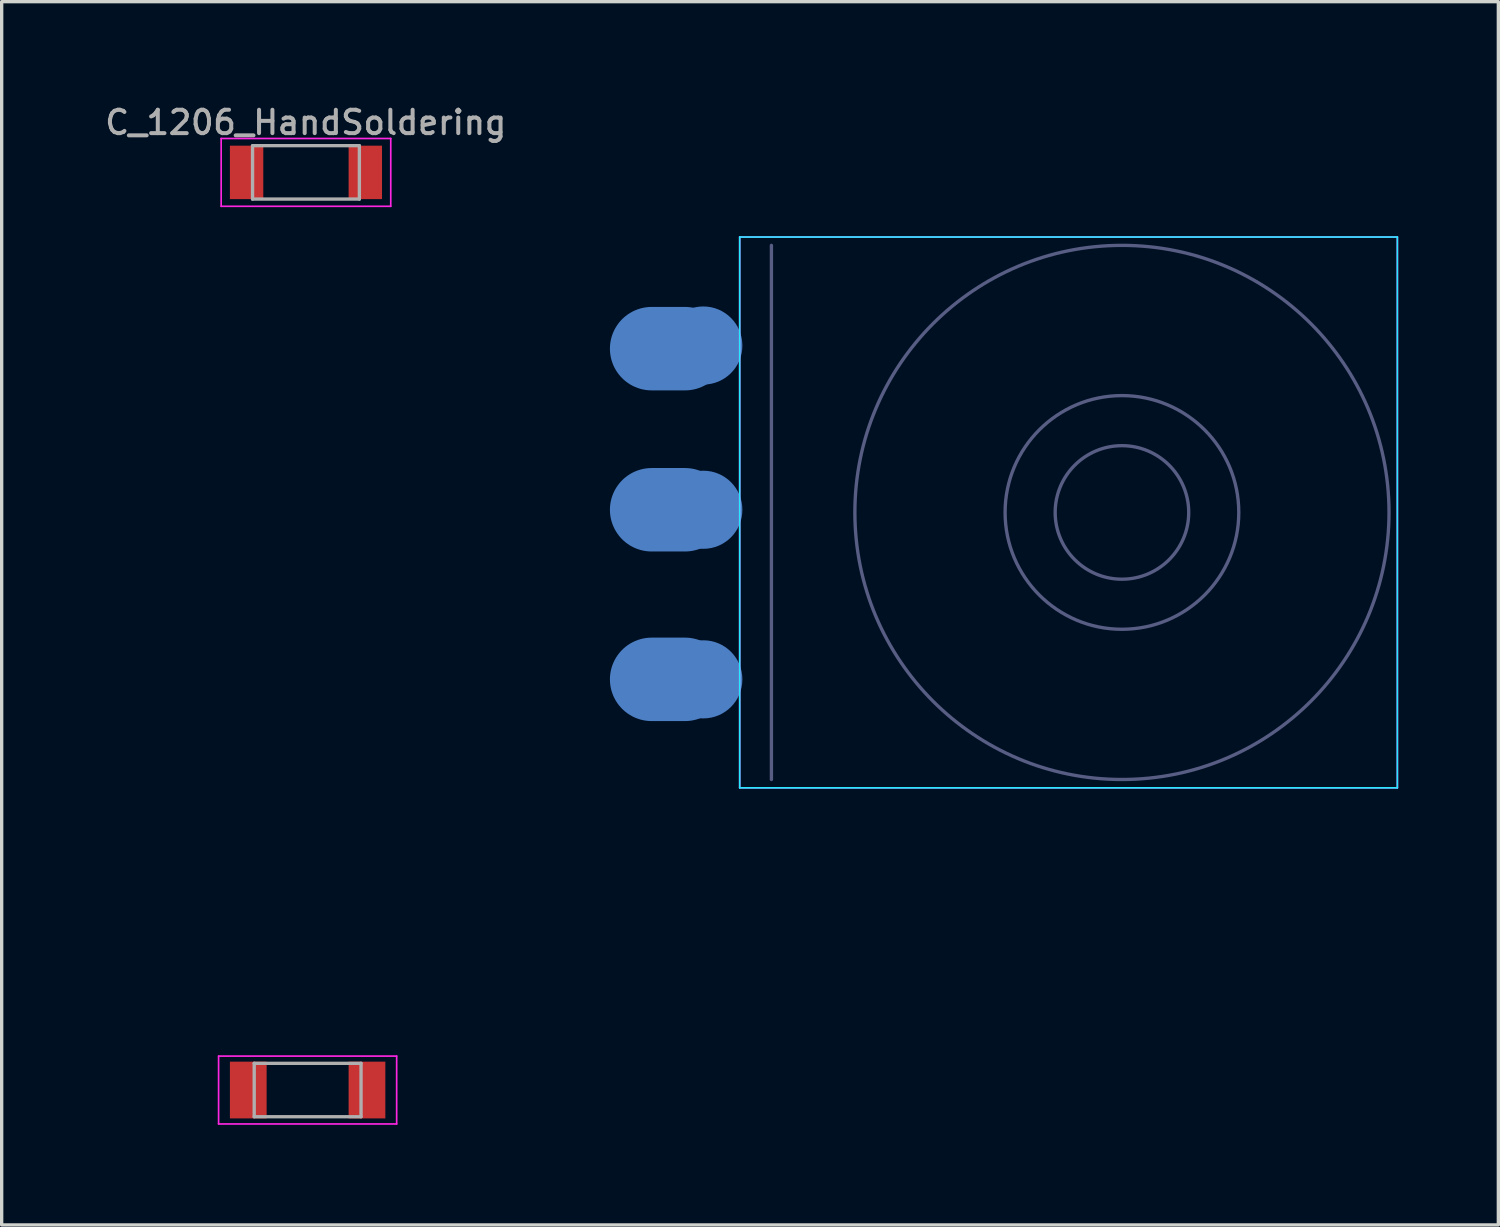
<source format=kicad_pcb>
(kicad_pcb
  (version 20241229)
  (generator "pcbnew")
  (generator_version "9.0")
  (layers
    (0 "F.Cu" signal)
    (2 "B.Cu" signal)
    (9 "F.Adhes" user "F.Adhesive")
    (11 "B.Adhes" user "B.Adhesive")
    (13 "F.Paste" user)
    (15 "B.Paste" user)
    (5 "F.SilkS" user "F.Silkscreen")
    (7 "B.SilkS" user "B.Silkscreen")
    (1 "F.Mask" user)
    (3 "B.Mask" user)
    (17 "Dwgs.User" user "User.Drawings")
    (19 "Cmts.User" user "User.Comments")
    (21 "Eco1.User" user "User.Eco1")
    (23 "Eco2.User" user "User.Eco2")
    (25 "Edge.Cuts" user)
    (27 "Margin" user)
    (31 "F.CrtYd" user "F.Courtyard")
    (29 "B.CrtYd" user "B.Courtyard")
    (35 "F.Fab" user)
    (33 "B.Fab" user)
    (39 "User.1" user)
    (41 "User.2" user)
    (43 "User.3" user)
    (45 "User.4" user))
  (footprint "Potentiometer_backPads_noHole"
    (layer "F.Cu")
    (at 20.558 17.3)
    (property "Reference" "Potentiometer_backPads_noHole" (at 15.24 -5.08 90) (layer "Eco2.User") (effects (font (size 1 1) (thickness 0.15))))
    (attr through_hole)
    (fp_line (start -1.45 -13.25) (end -1.45 3.25) (stroke (width 0.05) (type solid)) (layer "B.CrtYd"))
    (fp_line (start -1.45 3.25) (end 18.25 3.25) (stroke (width 0.05) (type solid)) (layer "B.CrtYd"))
    (fp_line (start 18.25 -13.25) (end -1.45 -13.25) (stroke (width 0.05) (type solid)) (layer "B.CrtYd"))
    (fp_line (start 18.25 3.25) (end 18.25 -13.25) (stroke (width 0.05) (type solid)) (layer "B.CrtYd"))
    (fp_line (start -1.45 -13.25) (end -1.45 3.25) (stroke (width 0.05) (type solid)) (layer "F.CrtYd"))
    (fp_line (start -1.45 3.25) (end 18.25 3.25) (stroke (width 0.05) (type solid)) (layer "F.CrtYd"))
    (fp_line (start 18.25 -13.25) (end -1.45 -13.25) (stroke (width 0.05) (type solid)) (layer "F.CrtYd"))
    (fp_line (start 18.25 3.25) (end 18.25 -13.25) (stroke (width 0.05) (type solid)) (layer "F.CrtYd"))
    (fp_line (start -0.5 -13) (end -0.5 3) (stroke (width 0.1) (type solid)) (layer "B.Fab"))
    (fp_circle (center 10 -5) (end 12 -5) (stroke (width 0.1) (type solid)) (fill no) (layer "B.Fab"))
    (fp_circle (center 10 -5) (end 13.5 -5) (stroke (width 0.1) (type solid)) (fill no) (layer "B.Fab"))
    (fp_circle (center 10 -5) (end 18 -5) (stroke (width 0.1) (type solid)) (fill no) (layer "B.Fab"))
    (pad "" smd oval (at -3.588 -9.906) (size 3.5 2.5) (layers "B.Cu" "B.Mask" "B.Paste"))
    (pad "" smd oval (at -3.588 -5.08) (size 3.5 2.5) (layers "B.Cu" "B.Mask" "B.Paste"))
    (pad "" smd oval (at -3.588 0) (size 3.5 2.5) (layers "B.Cu" "B.Mask" "B.Paste"))
    (pad "1" smd circle (at -2.54 0) (size 2.34 2.34) (layers "B.Cu" "B.Mask" "B.Paste"))
    (pad "2" smd circle (at -2.54 -5.08) (size 2.34 2.34) (layers "B.Cu" "B.Mask" "B.Paste"))
    (pad "3" smd circle (at -2.54 -10) (size 2.34 2.34) (layers "B.Cu" "B.Mask" "B.Paste")))
  (footprint "C_1206_HandSoldering"
    (layer "F.Cu")
    (at 6.115 2.114)
    (property "Reference" "C_1206_HandSoldering" (at -0.005 -1.488 0) (layer "Eco2.User") (effects (font (size 0.7 0.7) (thickness 0.1))))
    (attr smd)
    (fp_line (start -2.54 -1.016) (end -2.54 1.016) (stroke (width 0.05) (type solid)) (layer "F.CrtYd"))
    (fp_line (start -2.54 -1.016) (end 2.54 -1.016) (stroke (width 0.05) (type solid)) (layer "F.CrtYd"))
    (fp_line (start 2.54 1.016) (end -2.54 1.016) (stroke (width 0.05) (type solid)) (layer "F.CrtYd"))
    (fp_line (start 2.54 1.016) (end 2.54 -1.016) (stroke (width 0.05) (type solid)) (layer "F.CrtYd"))
    (fp_line (start -1.6 -0.8) (end 1.6 -0.8) (stroke (width 0.1) (type solid)) (layer "F.Fab"))
    (fp_line (start -1.6 0.8) (end -1.6 -0.8) (stroke (width 0.1) (type solid)) (layer "F.Fab"))
    (fp_line (start 1.6 -0.8) (end 1.6 0.8) (stroke (width 0.1) (type solid)) (layer "F.Fab"))
    (fp_line (start 1.6 0.8) (end -1.6 0.8) (stroke (width 0.1) (type solid)) (layer "F.Fab"))
    (fp_text user "${REFERENCE}" (at -0.005 -1.494 0) (layer "F.Fab") (effects (font (size 0.7 0.7) (thickness 0.12))))
    (pad "1" smd rect (at -1.778 0) (size 1 1.6) (layers "F.Cu" "F.Mask" "F.Paste"))
    (pad "2" smd rect (at 1.778 0) (size 1 1.6) (layers "F.Cu" "F.Mask" "F.Paste")))
  (footprint "R_1206_HandSoldering"
    (layer "F.Cu")
    (at 6.165 29.602)
    (property "Reference" "R_1206_HandSoldering" (at -0.01 -1.488 0) (layer "Eco2.User") (effects (font (size 0.7 0.7) (thickness 0.15))))
    (attr smd)
    (fp_line (start -1.025 -0.665) (end 0.975 -0.665) (stroke (width 0.12) (type solid)) (layer "Eco2.User"))
    (fp_line (start 0.986 0.671) (end -1.014 0.671) (stroke (width 0.12) (type solid)) (layer "Eco2.User"))
    (fp_line (start -2.667 -1.016) (end -2.667 1.016) (stroke (width 0.05) (type solid)) (layer "F.CrtYd"))
    (fp_line (start -2.667 -1.016) (end 2.667 -1.016) (stroke (width 0.05) (type solid)) (layer "F.CrtYd"))
    (fp_line (start 2.667 1.016) (end -2.667 1.016) (stroke (width 0.05) (type solid)) (layer "F.CrtYd"))
    (fp_line (start 2.667 1.016) (end 2.667 -1.016) (stroke (width 0.05) (type solid)) (layer "F.CrtYd"))
    (fp_line (start -1.6 -0.8) (end 1.6 -0.8) (stroke (width 0.1) (type solid)) (layer "F.Fab"))
    (fp_line (start -1.6 0.8) (end -1.6 -0.8) (stroke (width 0.1) (type solid)) (layer "F.Fab"))
    (fp_line (start 1.6 -0.8) (end 1.6 0.8) (stroke (width 0.1) (type solid)) (layer "F.Fab"))
    (fp_line (start 1.6 0.8) (end -1.6 0.8) (stroke (width 0.1) (type solid)) (layer "F.Fab"))
    (fp_text user "${REFERENCE}" (at -0.015 -1.483 0) (layer "Eco2.User") (effects (font (size 0.7 0.7) (thickness 0.105))))
    (pad "1" smd rect (at -1.778 0) (size 1.1 1.7) (layers "F.Cu" "F.Mask" "F.Paste"))
    (pad "2" smd rect (at 1.778 0) (size 1.1 1.7) (layers "F.Cu" "F.Mask" "F.Paste")))
  (gr_rect
    (start -3 -3)
    (end 41.833 33.643)
    (stroke (width 0.1) (type default))
    (fill no)
    (layer "Edge.Cuts")))
</source>
